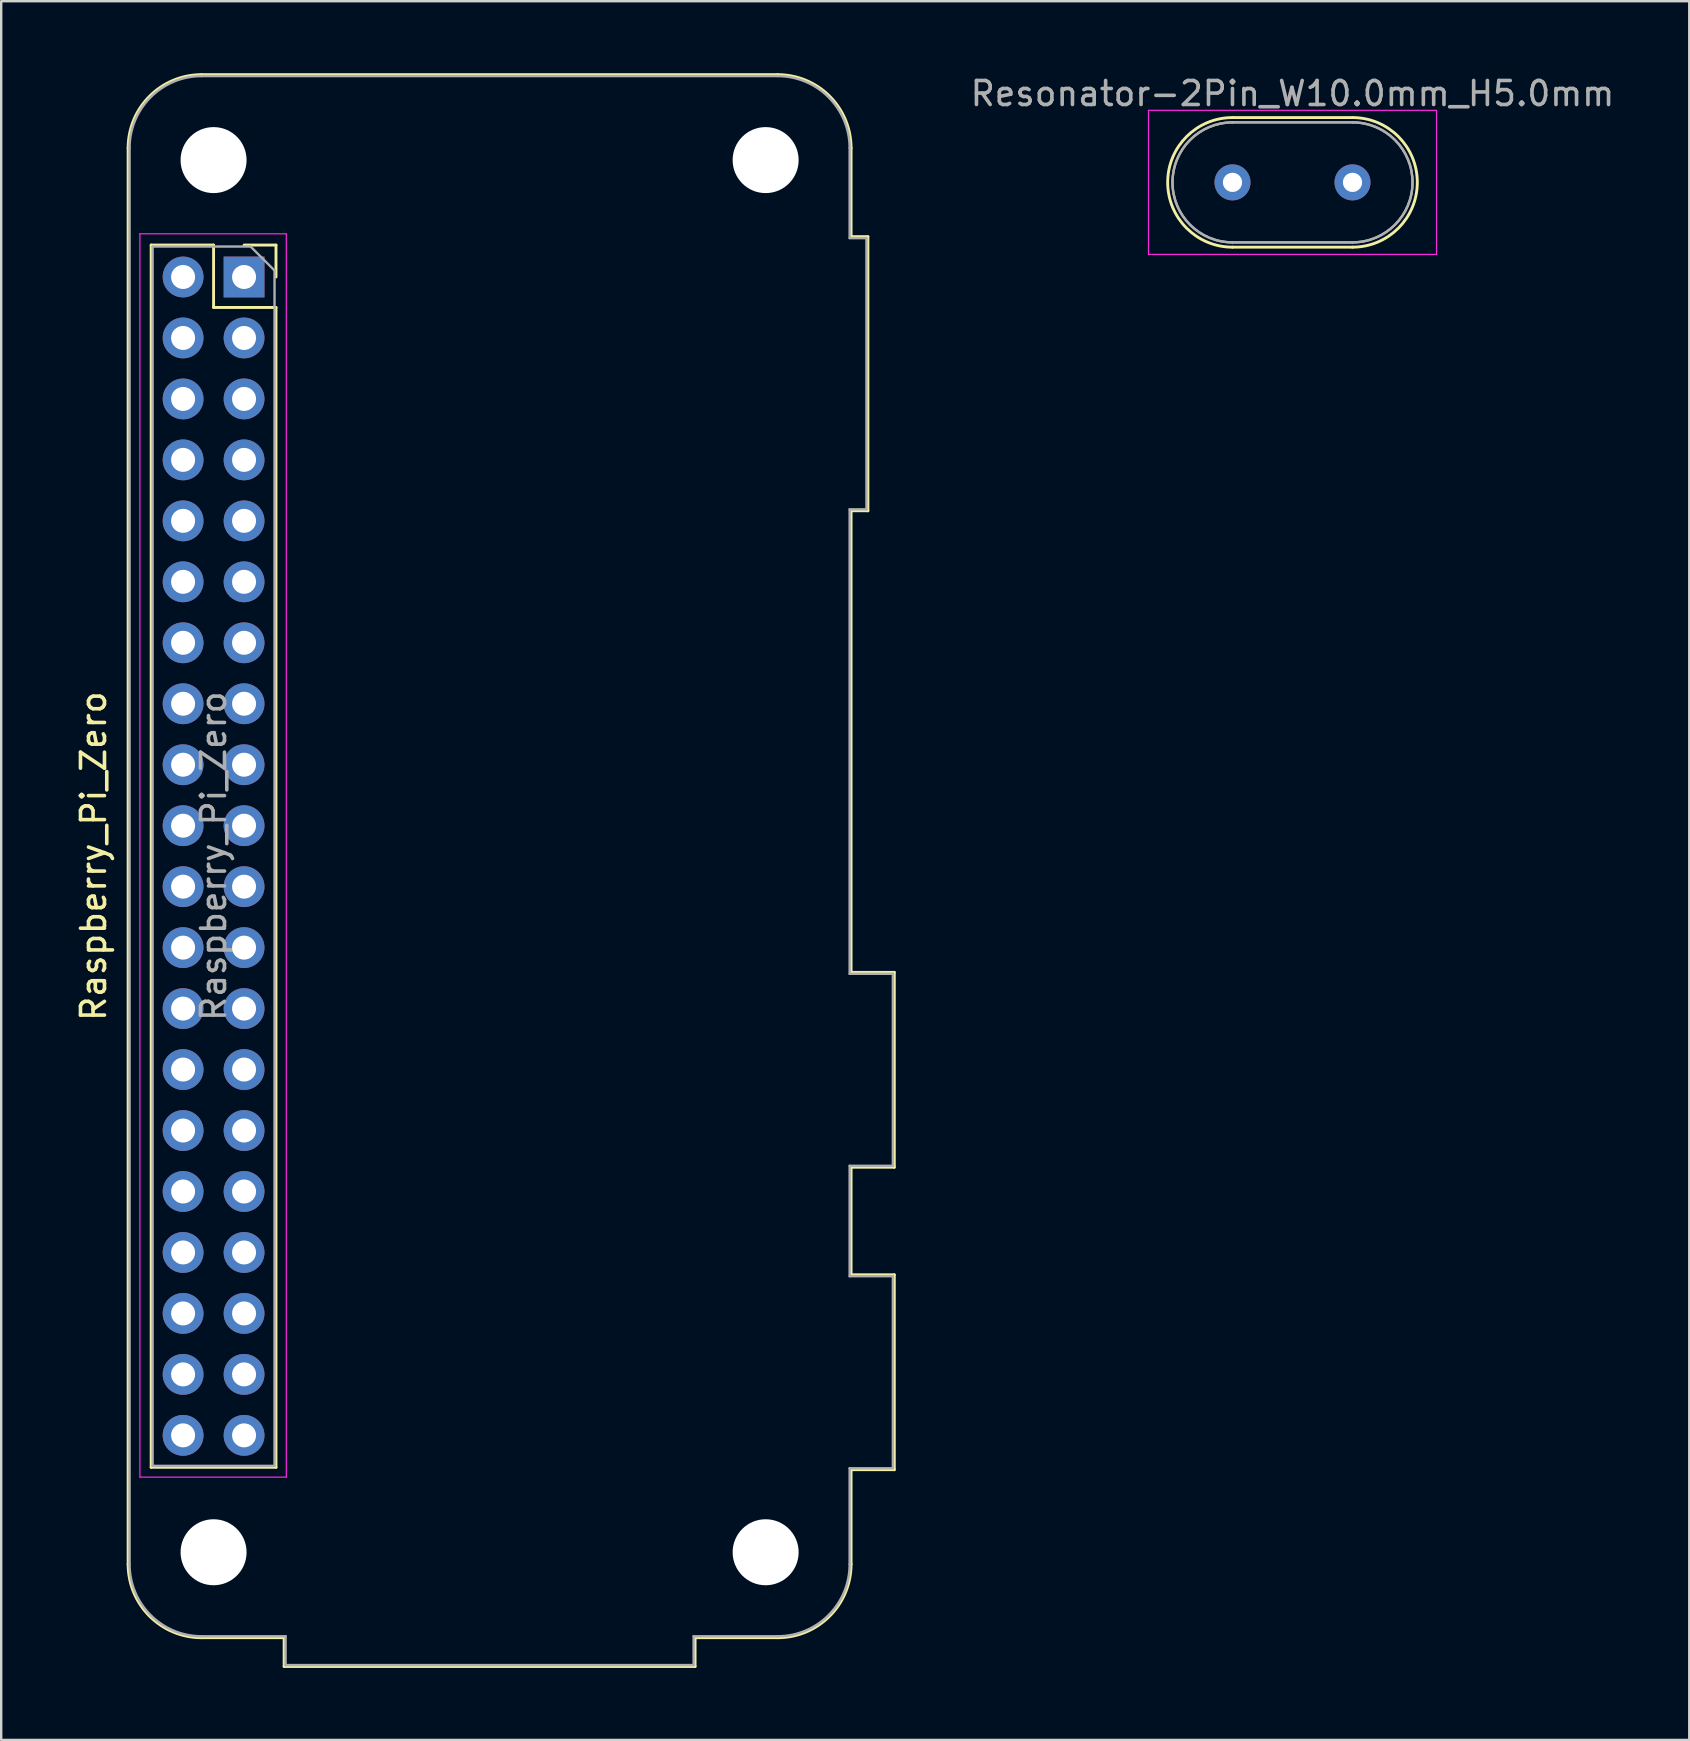
<source format=kicad_pcb>
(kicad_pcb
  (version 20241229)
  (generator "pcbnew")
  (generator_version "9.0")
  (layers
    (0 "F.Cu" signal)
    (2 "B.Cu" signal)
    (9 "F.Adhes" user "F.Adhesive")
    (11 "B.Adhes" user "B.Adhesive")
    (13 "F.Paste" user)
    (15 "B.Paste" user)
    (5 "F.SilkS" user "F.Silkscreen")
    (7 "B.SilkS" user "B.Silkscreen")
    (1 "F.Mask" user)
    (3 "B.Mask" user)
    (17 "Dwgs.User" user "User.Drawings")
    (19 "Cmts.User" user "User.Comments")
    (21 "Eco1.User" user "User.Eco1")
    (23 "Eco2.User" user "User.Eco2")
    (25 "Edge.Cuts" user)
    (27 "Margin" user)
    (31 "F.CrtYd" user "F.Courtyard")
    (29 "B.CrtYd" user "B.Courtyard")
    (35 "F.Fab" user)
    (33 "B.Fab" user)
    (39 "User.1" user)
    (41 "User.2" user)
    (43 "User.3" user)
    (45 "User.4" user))
  (footprint "Resonator-2Pin_W10.0mm_H5.0mm"
    (layer "F.Cu")
    (at 48.298 4.548)
    (property "Reference" "Resonator-2Pin_W10.0mm_H5.0mm" (at 2.5 -3.7 0) (layer "F.Fab") (effects (font (size 1 1) (thickness 0.15))))
    (attr through_hole)
    (fp_line (start 0 -2.7) (end 5 -2.7) (stroke (width 0.12) (type solid)) (layer "F.SilkS"))
    (fp_line (start 0 2.7) (end 5 2.7) (stroke (width 0.12) (type solid)) (layer "F.SilkS"))
    (fp_arc (start 0 2.7) (mid -2.7 0) (end 0 -2.7) (stroke (width 0.12) (type solid)) (layer "F.SilkS"))
    (fp_arc (start 5 -2.7) (mid 7.7 0) (end 5 2.7) (stroke (width 0.12) (type solid)) (layer "F.SilkS"))
    (fp_line (start -3.5 -3) (end -3.5 3) (stroke (width 0.05) (type solid)) (layer "F.CrtYd"))
    (fp_line (start -3.5 3) (end 8.5 3) (stroke (width 0.05) (type solid)) (layer "F.CrtYd"))
    (fp_line (start 8.5 -3) (end -3.5 -3) (stroke (width 0.05) (type solid)) (layer "F.CrtYd"))
    (fp_line (start 8.5 3) (end 8.5 -3) (stroke (width 0.05) (type solid)) (layer "F.CrtYd"))
    (fp_line (start 0 -2.5) (end 5 -2.5) (stroke (width 0.1) (type solid)) (layer "F.Fab"))
    (fp_line (start 0 -2.5) (end 5 -2.5) (stroke (width 0.1) (type solid)) (layer "F.Fab"))
    (fp_line (start 0 2.5) (end 5 2.5) (stroke (width 0.1) (type solid)) (layer "F.Fab"))
    (fp_line (start 0 2.5) (end 5 2.5) (stroke (width 0.1) (type solid)) (layer "F.Fab"))
    (fp_arc (start 0 2.5) (mid -2.5 0) (end 0 -2.5) (stroke (width 0.1) (type solid)) (layer "F.Fab"))
    (fp_arc (start 0 2.5) (mid -2.5 0) (end 0 -2.5) (stroke (width 0.1) (type solid)) (layer "F.Fab"))
    (fp_arc (start 5 -2.5) (mid 7.5 0) (end 5 2.5) (stroke (width 0.1) (type solid)) (layer "F.Fab"))
    (fp_arc (start 5 -2.5) (mid 7.5 0) (end 5 2.5) (stroke (width 0.1) (type solid)) (layer "F.Fab"))
    (pad "1" thru_hole circle (at 0 0) (size 1.5 1.5) (drill 0.8) (layers "*.Cu" "*.Mask"))
    (pad "2" thru_hole circle (at 5 0) (size 1.5 1.5) (drill 0.8) (layers "*.Cu" "*.Mask")))
  (footprint "Raspberry_Pi_Zero"
    (layer "F.Cu")
    (at 7.118 8.49)
    (property "Reference" "Raspberry_Pi_Zero" (at -6.27 24.13 90) (layer "F.SilkS") (effects (font (size 1 1) (thickness 0.15))))
    (attr through_hole)
    (fp_line (start -4.83 53.63) (end -4.83 -5.37) (stroke (width 0.12) (type solid)) (layer "F.SilkS"))
    (fp_line (start -3.87 -1.33) (end -3.87 49.59) (stroke (width 0.12) (type solid)) (layer "F.SilkS"))
    (fp_line (start -3.87 -1.33) (end -1.27 -1.33) (stroke (width 0.12) (type solid)) (layer "F.SilkS"))
    (fp_line (start -3.87 49.59) (end 1.33 49.59) (stroke (width 0.12) (type solid)) (layer "F.SilkS"))
    (fp_line (start -1.77 -8.43) (end 22.23 -8.43) (stroke (width 0.12) (type solid)) (layer "F.SilkS"))
    (fp_line (start -1.27 -1.33) (end -1.27 1.27) (stroke (width 0.12) (type solid)) (layer "F.SilkS"))
    (fp_line (start -1.27 1.27) (end 1.33 1.27) (stroke (width 0.12) (type solid)) (layer "F.SilkS"))
    (fp_line (start 0 -1.33) (end 1.33 -1.33) (stroke (width 0.12) (type solid)) (layer "F.SilkS"))
    (fp_line (start 1.33 -1.33) (end 1.33 0) (stroke (width 0.12) (type solid)) (layer "F.SilkS"))
    (fp_line (start 1.33 1.27) (end 1.33 49.59) (stroke (width 0.12) (type solid)) (layer "F.SilkS"))
    (fp_line (start 1.67 56.69) (end -1.77 56.69) (stroke (width 0.12) (type solid)) (layer "F.SilkS"))
    (fp_line (start 1.67 56.69) (end 1.67 57.89) (stroke (width 0.12) (type solid)) (layer "F.SilkS"))
    (fp_line (start 1.67 57.89) (end 18.79 57.89) (stroke (width 0.12) (type solid)) (layer "F.SilkS"))
    (fp_line (start 18.79 56.69) (end 22.23 56.69) (stroke (width 0.12) (type solid)) (layer "F.SilkS"))
    (fp_line (start 18.79 57.89) (end 18.79 56.69) (stroke (width 0.12) (type solid)) (layer "F.SilkS"))
    (fp_line (start 25.29 -1.68) (end 25.29 -5.37) (stroke (width 0.12) (type solid)) (layer "F.SilkS"))
    (fp_line (start 25.29 9.74) (end 25.99 9.74) (stroke (width 0.12) (type solid)) (layer "F.SilkS"))
    (fp_line (start 25.29 28.97) (end 25.29 9.74) (stroke (width 0.12) (type solid)) (layer "F.SilkS"))
    (fp_line (start 25.29 37.09) (end 27.09 37.09) (stroke (width 0.12) (type solid)) (layer "F.SilkS"))
    (fp_line (start 25.29 41.57) (end 25.29 37.09) (stroke (width 0.12) (type solid)) (layer "F.SilkS"))
    (fp_line (start 25.29 49.69) (end 27.09 49.69) (stroke (width 0.12) (type solid)) (layer "F.SilkS"))
    (fp_line (start 25.29 53.63) (end 25.29 49.69) (stroke (width 0.12) (type solid)) (layer "F.SilkS"))
    (fp_line (start 25.99 -1.68) (end 25.29 -1.68) (stroke (width 0.12) (type solid)) (layer "F.SilkS"))
    (fp_line (start 25.99 9.74) (end 25.99 -1.68) (stroke (width 0.12) (type solid)) (layer "F.SilkS"))
    (fp_line (start 27.09 28.97) (end 25.29 28.97) (stroke (width 0.12) (type solid)) (layer "F.SilkS"))
    (fp_line (start 27.09 37.09) (end 27.09 28.97) (stroke (width 0.12) (type solid)) (layer "F.SilkS"))
    (fp_line (start 27.09 41.57) (end 25.29 41.57) (stroke (width 0.12) (type solid)) (layer "F.SilkS"))
    (fp_line (start 27.09 49.69) (end 27.09 41.57) (stroke (width 0.12) (type solid)) (layer "F.SilkS"))
    (fp_arc (start -4.83 -5.37) (mid -3.933747 -7.533747) (end -1.77 -8.43) (stroke (width 0.12) (type solid)) (layer "F.SilkS"))
    (fp_arc (start -1.77 56.69) (mid -3.933747 55.793747) (end -4.83 53.63) (stroke (width 0.12) (type solid)) (layer "F.SilkS"))
    (fp_arc (start 22.23 -8.43) (mid 24.393747 -7.533747) (end 25.29 -5.37) (stroke (width 0.12) (type solid)) (layer "F.SilkS"))
    (fp_arc (start 25.29 53.63) (mid 24.393747 55.793747) (end 22.23 56.69) (stroke (width 0.12) (type solid)) (layer "F.SilkS"))
    (fp_line (start -4.34 -1.8) (end 1.76 -1.8) (stroke (width 0.05) (type solid)) (layer "F.CrtYd"))
    (fp_line (start -4.34 50) (end -4.34 -1.8) (stroke (width 0.05) (type solid)) (layer "F.CrtYd"))
    (fp_line (start 1.76 -1.8) (end 1.76 50) (stroke (width 0.05) (type solid)) (layer "F.CrtYd"))
    (fp_line (start 1.76 50) (end -4.34 50) (stroke (width 0.05) (type solid)) (layer "F.CrtYd"))
    (fp_line (start -4.77 53.63) (end -4.77 -5.37) (stroke (width 0.1) (type solid)) (layer "F.Fab"))
    (fp_line (start -3.81 -1.27) (end 0.27 -1.27) (stroke (width 0.1) (type solid)) (layer "F.Fab"))
    (fp_line (start -3.81 49.53) (end -3.81 -1.27) (stroke (width 0.1) (type solid)) (layer "F.Fab"))
    (fp_line (start -1.77 -8.37) (end 22.23 -8.37) (stroke (width 0.1) (type solid)) (layer "F.Fab"))
    (fp_line (start -1.77 56.63) (end 1.73 56.63) (stroke (width 0.1) (type solid)) (layer "F.Fab"))
    (fp_line (start 0.27 -1.27) (end 1.27 -0.27) (stroke (width 0.1) (type solid)) (layer "F.Fab"))
    (fp_line (start 1.27 -0.27) (end 1.27 49.53) (stroke (width 0.1) (type solid)) (layer "F.Fab"))
    (fp_line (start 1.27 49.53) (end -3.81 49.53) (stroke (width 0.1) (type solid)) (layer "F.Fab"))
    (fp_line (start 1.73 56.63) (end 1.73 57.83) (stroke (width 0.1) (type solid)) (layer "F.Fab"))
    (fp_line (start 1.73 57.83) (end 18.73 57.83) (stroke (width 0.1) (type solid)) (layer "F.Fab"))
    (fp_line (start 18.73 56.63) (end 18.73 57.83) (stroke (width 0.1) (type solid)) (layer "F.Fab"))
    (fp_line (start 22.23 56.63) (end 18.73 56.63) (stroke (width 0.1) (type solid)) (layer "F.Fab"))
    (fp_line (start 25.23 -1.62) (end 25.23 -5.37) (stroke (width 0.1) (type solid)) (layer "F.Fab"))
    (fp_line (start 25.23 -1.62) (end 25.93 -1.62) (stroke (width 0.1) (type solid)) (layer "F.Fab"))
    (fp_line (start 25.23 9.68) (end 25.93 9.68) (stroke (width 0.1) (type solid)) (layer "F.Fab"))
    (fp_line (start 25.23 29.03) (end 25.23 9.68) (stroke (width 0.1) (type solid)) (layer "F.Fab"))
    (fp_line (start 25.23 37.03) (end 27.03 37.03) (stroke (width 0.1) (type solid)) (layer "F.Fab"))
    (fp_line (start 25.23 41.63) (end 25.23 37.03) (stroke (width 0.1) (type solid)) (layer "F.Fab"))
    (fp_line (start 25.23 49.63) (end 25.23 53.63) (stroke (width 0.1) (type solid)) (layer "F.Fab"))
    (fp_line (start 25.23 49.63) (end 27.03 49.63) (stroke (width 0.1) (type solid)) (layer "F.Fab"))
    (fp_line (start 25.93 9.68) (end 25.93 -1.62) (stroke (width 0.1) (type solid)) (layer "F.Fab"))
    (fp_line (start 27.03 29.03) (end 25.23 29.03) (stroke (width 0.1) (type solid)) (layer "F.Fab"))
    (fp_line (start 27.03 37.03) (end 27.03 29.03) (stroke (width 0.1) (type solid)) (layer "F.Fab"))
    (fp_line (start 27.03 41.63) (end 25.23 41.63) (stroke (width 0.1) (type solid)) (layer "F.Fab"))
    (fp_line (start 27.03 49.63) (end 27.03 41.63) (stroke (width 0.1) (type solid)) (layer "F.Fab"))
    (fp_arc (start -4.77 -5.37) (mid -3.89132 -7.49132) (end -1.77 -8.37) (stroke (width 0.1) (type solid)) (layer "F.Fab"))
    (fp_arc (start -1.77 56.63) (mid -3.89132 55.75132) (end -4.77 53.63) (stroke (width 0.1) (type solid)) (layer "F.Fab"))
    (fp_arc (start 22.23 -8.37) (mid 24.35132 -7.49132) (end 25.23 -5.37) (stroke (width 0.1) (type solid)) (layer "F.Fab"))
    (fp_arc (start 25.23 53.63) (mid 24.35132 55.75132) (end 22.23 56.63) (stroke (width 0.1) (type solid)) (layer "F.Fab"))
    (fp_text user "${REFERENCE}" (at -1.27 24.13 90) (layer "F.Fab") (effects (font (size 1 1) (thickness 0.15))))
    (pad "" np_thru_hole circle (at -1.27 -4.87 90) (size 2.75 2.75) (drill 2.75) (layers "*.Cu"))
    (pad "" np_thru_hole circle (at -1.27 53.13 90) (size 2.75 2.75) (drill 2.75) (layers "*.Cu"))
    (pad "" np_thru_hole circle (at 21.73 -4.87 90) (size 2.75 2.75) (drill 2.75) (layers "*.Cu"))
    (pad "" np_thru_hole circle (at 21.73 53.13 90) (size 2.75 2.75) (drill 2.75) (layers "*.Cu"))
    (pad "1" thru_hole rect (at 0 0) (size 1.7 1.7) (drill 1) (layers "*.Cu" "*.Mask"))
    (pad "2" thru_hole oval (at -2.54 0) (size 1.7 1.7) (drill 1) (layers "*.Cu" "*.Mask"))
    (pad "3" thru_hole oval (at 0 2.54) (size 1.7 1.7) (drill 1) (layers "*.Cu" "*.Mask"))
    (pad "4" thru_hole oval (at -2.54 2.54) (size 1.7 1.7) (drill 1) (layers "*.Cu" "*.Mask"))
    (pad "5" thru_hole oval (at 0 5.08) (size 1.7 1.7) (drill 1) (layers "*.Cu" "*.Mask"))
    (pad "6" thru_hole oval (at -2.54 5.08) (size 1.7 1.7) (drill 1) (layers "*.Cu" "*.Mask"))
    (pad "7" thru_hole oval (at 0 7.62) (size 1.7 1.7) (drill 1) (layers "*.Cu" "*.Mask"))
    (pad "8" thru_hole oval (at -2.54 7.62) (size 1.7 1.7) (drill 1) (layers "*.Cu" "*.Mask"))
    (pad "9" thru_hole oval (at 0 10.16) (size 1.7 1.7) (drill 1) (layers "*.Cu" "*.Mask"))
    (pad "10" thru_hole oval (at -2.54 10.16) (size 1.7 1.7) (drill 1) (layers "*.Cu" "*.Mask"))
    (pad "11" thru_hole oval (at 0 12.7) (size 1.7 1.7) (drill 1) (layers "*.Cu" "*.Mask"))
    (pad "12" thru_hole oval (at -2.54 12.7) (size 1.7 1.7) (drill 1) (layers "*.Cu" "*.Mask"))
    (pad "13" thru_hole oval (at 0 15.24) (size 1.7 1.7) (drill 1) (layers "*.Cu" "*.Mask"))
    (pad "14" thru_hole oval (at -2.54 15.24) (size 1.7 1.7) (drill 1) (layers "*.Cu" "*.Mask"))
    (pad "15" thru_hole oval (at 0 17.78) (size 1.7 1.7) (drill 1) (layers "*.Cu" "*.Mask"))
    (pad "16" thru_hole oval (at -2.54 17.78) (size 1.7 1.7) (drill 1) (layers "*.Cu" "*.Mask"))
    (pad "17" thru_hole oval (at 0 20.32) (size 1.7 1.7) (drill 1) (layers "*.Cu" "*.Mask"))
    (pad "18" thru_hole oval (at -2.54 20.32) (size 1.7 1.7) (drill 1) (layers "*.Cu" "*.Mask"))
    (pad "19" thru_hole oval (at 0 22.86) (size 1.7 1.7) (drill 1) (layers "*.Cu" "*.Mask"))
    (pad "20" thru_hole oval (at -2.54 22.86) (size 1.7 1.7) (drill 1) (layers "*.Cu" "*.Mask"))
    (pad "21" thru_hole oval (at 0 25.4) (size 1.7 1.7) (drill 1) (layers "*.Cu" "*.Mask"))
    (pad "22" thru_hole oval (at -2.54 25.4) (size 1.7 1.7) (drill 1) (layers "*.Cu" "*.Mask"))
    (pad "23" thru_hole oval (at 0 27.94) (size 1.7 1.7) (drill 1) (layers "*.Cu" "*.Mask"))
    (pad "24" thru_hole oval (at -2.54 27.94) (size 1.7 1.7) (drill 1) (layers "*.Cu" "*.Mask"))
    (pad "25" thru_hole oval (at 0 30.48) (size 1.7 1.7) (drill 1) (layers "*.Cu" "*.Mask"))
    (pad "26" thru_hole oval (at -2.54 30.48) (size 1.7 1.7) (drill 1) (layers "*.Cu" "*.Mask"))
    (pad "27" thru_hole oval (at 0 33.02) (size 1.7 1.7) (drill 1) (layers "*.Cu" "*.Mask"))
    (pad "28" thru_hole oval (at -2.54 33.02) (size 1.7 1.7) (drill 1) (layers "*.Cu" "*.Mask"))
    (pad "29" thru_hole oval (at 0 35.56) (size 1.7 1.7) (drill 1) (layers "*.Cu" "*.Mask"))
    (pad "30" thru_hole oval (at -2.54 35.56) (size 1.7 1.7) (drill 1) (layers "*.Cu" "*.Mask"))
    (pad "31" thru_hole oval (at 0 38.1) (size 1.7 1.7) (drill 1) (layers "*.Cu" "*.Mask"))
    (pad "32" thru_hole oval (at -2.54 38.1) (size 1.7 1.7) (drill 1) (layers "*.Cu" "*.Mask"))
    (pad "33" thru_hole oval (at 0 40.64) (size 1.7 1.7) (drill 1) (layers "*.Cu" "*.Mask"))
    (pad "34" thru_hole oval (at -2.54 40.64) (size 1.7 1.7) (drill 1) (layers "*.Cu" "*.Mask"))
    (pad "35" thru_hole oval (at 0 43.18) (size 1.7 1.7) (drill 1) (layers "*.Cu" "*.Mask"))
    (pad "36" thru_hole oval (at -2.54 43.18) (size 1.7 1.7) (drill 1) (layers "*.Cu" "*.Mask"))
    (pad "37" thru_hole oval (at 0 45.72) (size 1.7 1.7) (drill 1) (layers "*.Cu" "*.Mask"))
    (pad "38" thru_hole oval (at -2.54 45.72) (size 1.7 1.7) (drill 1) (layers "*.Cu" "*.Mask"))
    (pad "39" thru_hole oval (at 0 48.26) (size 1.7 1.7) (drill 1) (layers "*.Cu" "*.Mask"))
    (pad "40" thru_hole oval (at -2.54 48.26) (size 1.7 1.7) (drill 1) (layers "*.Cu" "*.Mask")))
  (gr_rect
    (start -3 -3)
    (end 67.328 69.44)
    (stroke (width 0.1) (type default))
    (fill no)
    (layer "Edge.Cuts")))
</source>
